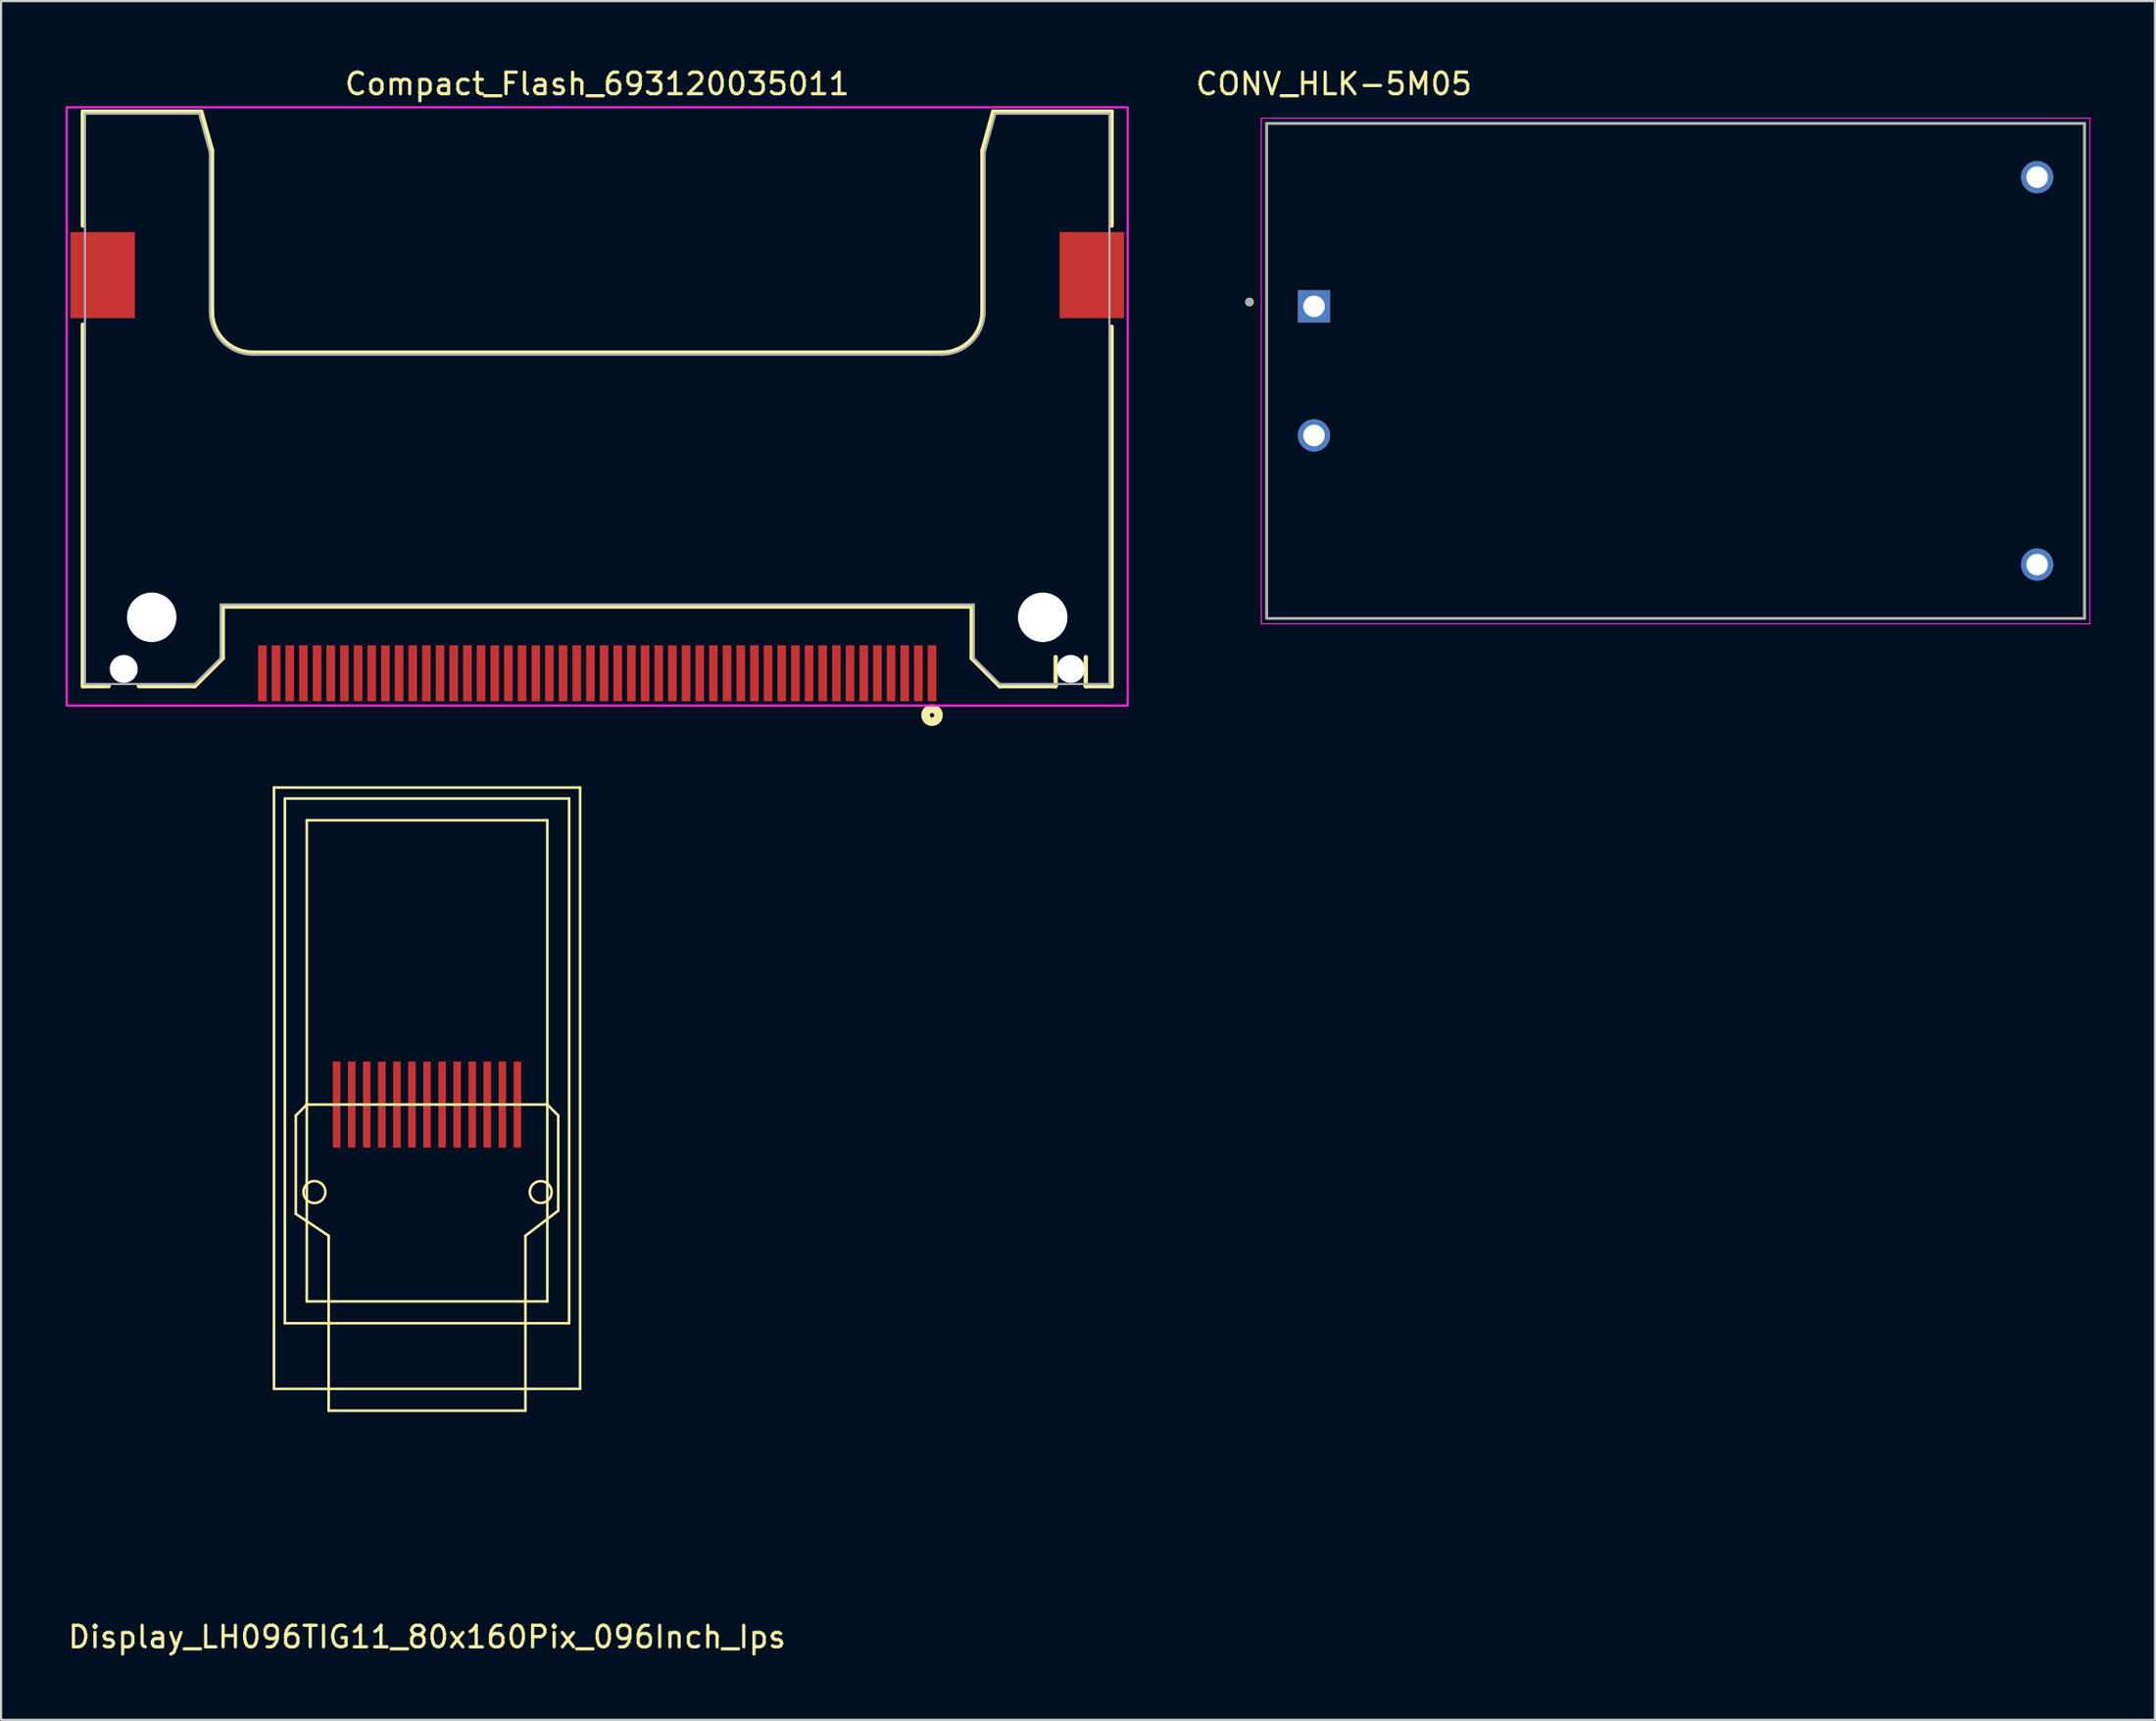
<source format=kicad_pcb>
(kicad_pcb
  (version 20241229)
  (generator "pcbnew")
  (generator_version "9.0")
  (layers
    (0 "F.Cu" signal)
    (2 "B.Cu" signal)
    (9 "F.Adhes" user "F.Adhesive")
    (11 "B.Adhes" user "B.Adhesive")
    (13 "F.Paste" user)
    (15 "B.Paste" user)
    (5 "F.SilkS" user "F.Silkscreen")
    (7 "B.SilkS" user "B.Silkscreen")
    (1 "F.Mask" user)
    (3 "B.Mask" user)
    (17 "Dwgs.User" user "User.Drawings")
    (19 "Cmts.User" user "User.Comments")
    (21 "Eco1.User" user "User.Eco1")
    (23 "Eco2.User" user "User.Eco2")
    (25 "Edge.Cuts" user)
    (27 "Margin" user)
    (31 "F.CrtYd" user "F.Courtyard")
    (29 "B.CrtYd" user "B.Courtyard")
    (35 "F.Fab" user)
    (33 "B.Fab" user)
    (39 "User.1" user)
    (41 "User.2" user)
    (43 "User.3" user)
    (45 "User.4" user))
  (footprint "Compact_Flash_693120035011"
    (layer "F.Cu")
    (at 24.7 15.483)
    (property "Reference" "Compact_Flash_693120035011" (at 0 -14.635 0) (layer "F.SilkS") (effects (font (size 1 1) (thickness 0.15))))
    (attr smd)
    (fp_line (start -23.9 -13.35) (end -18.4 -13.35) (stroke (width 0.2) (type solid)) (layer "F.SilkS"))
    (fp_line (start -23.9 -8.05) (end -23.9 -13.35) (stroke (width 0.2) (type solid)) (layer "F.SilkS"))
    (fp_line (start -23.9 -3.45) (end -23.9 13.35) (stroke (width 0.2) (type solid)) (layer "F.SilkS"))
    (fp_line (start -23.9 13.35) (end -22.7 13.35) (stroke (width 0.2) (type solid)) (layer "F.SilkS"))
    (fp_line (start -21.3 13.35) (end -18.7 13.35) (stroke (width 0.2) (type solid)) (layer "F.SilkS"))
    (fp_line (start -18.4 -13.35) (end -17.9 -11.55) (stroke (width 0.2) (type solid)) (layer "F.SilkS"))
    (fp_line (start -17.9 -11.55) (end -17.9 -4.05) (stroke (width 0.2) (type solid)) (layer "F.SilkS"))
    (fp_line (start -17.4 9.65) (end -17.4 12.05) (stroke (width 0.2) (type solid)) (layer "F.SilkS"))
    (fp_line (start -17.4 9.65) (end 17.4 9.65) (stroke (width 0.2) (type solid)) (layer "F.SilkS"))
    (fp_line (start -17.4 12.05) (end -18.7 13.35) (stroke (width 0.2) (type solid)) (layer "F.SilkS"))
    (fp_line (start -16 -2.15) (end 16 -2.15) (stroke (width 0.2) (type solid)) (layer "F.SilkS"))
    (fp_line (start 17.4 9.65) (end 17.4 12.05) (stroke (width 0.2) (type solid)) (layer "F.SilkS"))
    (fp_line (start 17.4 12.05) (end 18.7 13.35) (stroke (width 0.2) (type solid)) (layer "F.SilkS"))
    (fp_line (start 17.9 -4.05) (end 17.9 -11.55) (stroke (width 0.2) (type solid)) (layer "F.SilkS"))
    (fp_line (start 18.4 -13.35) (end 17.9 -11.55) (stroke (width 0.2) (type solid)) (layer "F.SilkS"))
    (fp_line (start 18.4 -13.35) (end 23.9 -13.35) (stroke (width 0.2) (type solid)) (layer "F.SilkS"))
    (fp_line (start 18.7 13.35) (end 21.3 13.35) (stroke (width 0.2) (type solid)) (layer "F.SilkS"))
    (fp_line (start 21.3 12) (end 21.3 13.35) (stroke (width 0.2) (type solid)) (layer "F.SilkS"))
    (fp_line (start 22.7 12) (end 22.7 13.35) (stroke (width 0.2) (type solid)) (layer "F.SilkS"))
    (fp_line (start 22.7 13.35) (end 23.9 13.35) (stroke (width 0.2) (type solid)) (layer "F.SilkS"))
    (fp_line (start 23.9 -13.35) (end 23.9 -8.05) (stroke (width 0.2) (type solid)) (layer "F.SilkS"))
    (fp_line (start 23.9 13.35) (end 23.9 -3.35) (stroke (width 0.2) (type solid)) (layer "F.SilkS"))
    (fp_arc (start -16 -2.15) (mid -17.343503 -2.706497) (end -17.9 -4.05) (stroke (width 0.2) (type solid)) (layer "F.SilkS"))
    (fp_arc (start 17.9 -4.05) (mid 17.343503 -2.706497) (end 16 -2.15) (stroke (width 0.2) (type solid)) (layer "F.SilkS"))
    (fp_circle (center 15.557 14.7) (end 15.658 14.7) (stroke (width 0.4) (type solid)) (fill no) (layer "F.SilkS"))
    (fp_poly (pts (xy -24.65 -13.55) (xy 24.65 -13.55) (xy 24.65 14.25) (xy -24.65 14.25)) (stroke (width 0.1) (type solid)) (fill no) (layer "F.CrtYd"))
    (fp_line (start -23.8 -13.25) (end -18.5 -13.25) (stroke (width 0.1) (type solid)) (layer "F.Fab"))
    (fp_line (start -23.8 13.25) (end -23.8 -13.25) (stroke (width 0.1) (type solid)) (layer "F.Fab"))
    (fp_line (start -18.7 13.25) (end -23.8 13.25) (stroke (width 0.1) (type solid)) (layer "F.Fab"))
    (fp_line (start -18.5 -13.25) (end -18 -11.45) (stroke (width 0.1) (type solid)) (layer "F.Fab"))
    (fp_line (start -18 -11.45) (end -18 -4.05) (stroke (width 0.1) (type solid)) (layer "F.Fab"))
    (fp_line (start -17.5 9.55) (end -17.5 12.05) (stroke (width 0.1) (type solid)) (layer "F.Fab"))
    (fp_line (start -17.5 9.55) (end 17.5 9.55) (stroke (width 0.1) (type solid)) (layer "F.Fab"))
    (fp_line (start -17.5 12.05) (end -18.7 13.25) (stroke (width 0.1) (type solid)) (layer "F.Fab"))
    (fp_line (start -16 -2.05) (end 16 -2.05) (stroke (width 0.1) (type solid)) (layer "F.Fab"))
    (fp_line (start 17.5 9.55) (end 17.5 12.05) (stroke (width 0.1) (type solid)) (layer "F.Fab"))
    (fp_line (start 17.5 12.05) (end 18.7 13.25) (stroke (width 0.1) (type solid)) (layer "F.Fab"))
    (fp_line (start 18 -4.05) (end 18 -11.45) (stroke (width 0.1) (type solid)) (layer "F.Fab"))
    (fp_line (start 18.5 -13.25) (end 18 -11.45) (stroke (width 0.1) (type solid)) (layer "F.Fab"))
    (fp_line (start 18.5 -13.25) (end 23.8 -13.25) (stroke (width 0.1) (type solid)) (layer "F.Fab"))
    (fp_line (start 23.8 -13.25) (end 23.8 13.25) (stroke (width 0.1) (type solid)) (layer "F.Fab"))
    (fp_line (start 23.8 13.25) (end 18.7 13.25) (stroke (width 0.1) (type solid)) (layer "F.Fab"))
    (fp_arc (start -16 -2.05) (mid -17.414214 -2.635786) (end -18 -4.05) (stroke (width 0.1) (type solid)) (layer "F.Fab"))
    (fp_arc (start 18 -4.05) (mid 17.414214 -2.635786) (end 16 -2.05) (stroke (width 0.1) (type solid)) (layer "F.Fab"))
    (pad "" np_thru_hole circle (at -22 12.55) (size 1.3 1.3) (drill 1.3) (layers "*.Cu" "*.Mask"))
    (pad "" np_thru_hole circle (at -20.7 10.15) (size 2.3 2.3) (drill 2.3) (layers "*.Cu" "*.Mask"))
    (pad "" np_thru_hole circle (at 20.7 10.15) (size 2.3 2.3) (drill 2.3) (layers "*.Cu" "*.Mask"))
    (pad "" np_thru_hole circle (at 22 12.55) (size 1.3 1.3) (drill 1.3) (layers "*.Cu" "*.Mask"))
    (pad "1" smd rect (at 15.557 12.75) (size 0.4 2.6) (layers "F.Cu" "F.Mask" "F.Paste"))
    (pad "2" smd rect (at 14.287 12.75) (size 0.4 2.6) (layers "F.Cu" "F.Mask" "F.Paste"))
    (pad "3" smd rect (at 13.018 12.75) (size 0.4 2.6) (layers "F.Cu" "F.Mask" "F.Paste"))
    (pad "4" smd rect (at 11.748 12.75) (size 0.4 2.6) (layers "F.Cu" "F.Mask" "F.Paste"))
    (pad "5" smd rect (at 10.477 12.75) (size 0.4 2.6) (layers "F.Cu" "F.Mask" "F.Paste"))
    (pad "6" smd rect (at 9.207 12.75) (size 0.4 2.6) (layers "F.Cu" "F.Mask" "F.Paste"))
    (pad "7" smd rect (at 7.938 12.75) (size 0.4 2.6) (layers "F.Cu" "F.Mask" "F.Paste"))
    (pad "8" smd rect (at 6.668 12.75) (size 0.4 2.6) (layers "F.Cu" "F.Mask" "F.Paste"))
    (pad "9" smd rect (at 5.397 12.75) (size 0.4 2.6) (layers "F.Cu" "F.Mask" "F.Paste"))
    (pad "10" smd rect (at 4.128 12.75) (size 0.4 2.6) (layers "F.Cu" "F.Mask" "F.Paste"))
    (pad "11" smd rect (at 2.857 12.75) (size 0.4 2.6) (layers "F.Cu" "F.Mask" "F.Paste"))
    (pad "12" smd rect (at 1.587 12.75) (size 0.4 2.6) (layers "F.Cu" "F.Mask" "F.Paste"))
    (pad "13" smd rect (at 0.318 12.75) (size 0.4 2.6) (layers "F.Cu" "F.Mask" "F.Paste"))
    (pad "14" smd rect (at -0.953 12.75) (size 0.4 2.6) (layers "F.Cu" "F.Mask" "F.Paste"))
    (pad "15" smd rect (at -2.223 12.75) (size 0.4 2.6) (layers "F.Cu" "F.Mask" "F.Paste"))
    (pad "16" smd rect (at -3.493 12.75) (size 0.4 2.6) (layers "F.Cu" "F.Mask" "F.Paste"))
    (pad "17" smd rect (at -4.763 12.75) (size 0.4 2.6) (layers "F.Cu" "F.Mask" "F.Paste"))
    (pad "18" smd rect (at -6.032 12.75) (size 0.4 2.6) (layers "F.Cu" "F.Mask" "F.Paste"))
    (pad "19" smd rect (at -7.303 12.75) (size 0.4 2.6) (layers "F.Cu" "F.Mask" "F.Paste"))
    (pad "20" smd rect (at -8.572 12.75) (size 0.4 2.6) (layers "F.Cu" "F.Mask" "F.Paste"))
    (pad "21" smd rect (at -9.842 12.75) (size 0.4 2.6) (layers "F.Cu" "F.Mask" "F.Paste"))
    (pad "22" smd rect (at -11.113 12.75) (size 0.4 2.6) (layers "F.Cu" "F.Mask" "F.Paste"))
    (pad "23" smd rect (at -12.383 12.75) (size 0.4 2.6) (layers "F.Cu" "F.Mask" "F.Paste"))
    (pad "24" smd rect (at -13.652 12.75) (size 0.4 2.6) (layers "F.Cu" "F.Mask" "F.Paste"))
    (pad "25" smd rect (at -14.922 12.75) (size 0.4 2.6) (layers "F.Cu" "F.Mask" "F.Paste"))
    (pad "26" smd rect (at 14.922 12.75) (size 0.4 2.6) (layers "F.Cu" "F.Mask" "F.Paste"))
    (pad "27" smd rect (at 13.652 12.75) (size 0.4 2.6) (layers "F.Cu" "F.Mask" "F.Paste"))
    (pad "28" smd rect (at 12.383 12.75) (size 0.4 2.6) (layers "F.Cu" "F.Mask" "F.Paste"))
    (pad "29" smd rect (at 11.113 12.75) (size 0.4 2.6) (layers "F.Cu" "F.Mask" "F.Paste"))
    (pad "30" smd rect (at 9.842 12.75) (size 0.4 2.6) (layers "F.Cu" "F.Mask" "F.Paste"))
    (pad "31" smd rect (at 8.572 12.75) (size 0.4 2.6) (layers "F.Cu" "F.Mask" "F.Paste"))
    (pad "32" smd rect (at 7.303 12.75) (size 0.4 2.6) (layers "F.Cu" "F.Mask" "F.Paste"))
    (pad "33" smd rect (at 6.032 12.75) (size 0.4 2.6) (layers "F.Cu" "F.Mask" "F.Paste"))
    (pad "34" smd rect (at 4.763 12.75) (size 0.4 2.6) (layers "F.Cu" "F.Mask" "F.Paste"))
    (pad "35" smd rect (at 3.493 12.75) (size 0.4 2.6) (layers "F.Cu" "F.Mask" "F.Paste"))
    (pad "36" smd rect (at 2.223 12.75) (size 0.4 2.6) (layers "F.Cu" "F.Mask" "F.Paste"))
    (pad "37" smd rect (at 0.953 12.75) (size 0.4 2.6) (layers "F.Cu" "F.Mask" "F.Paste"))
    (pad "38" smd rect (at -0.318 12.75) (size 0.4 2.6) (layers "F.Cu" "F.Mask" "F.Paste"))
    (pad "39" smd rect (at -1.587 12.75) (size 0.4 2.6) (layers "F.Cu" "F.Mask" "F.Paste"))
    (pad "40" smd rect (at -2.857 12.75) (size 0.4 2.6) (layers "F.Cu" "F.Mask" "F.Paste"))
    (pad "41" smd rect (at -4.128 12.75) (size 0.4 2.6) (layers "F.Cu" "F.Mask" "F.Paste"))
    (pad "42" smd rect (at -5.397 12.75) (size 0.4 2.6) (layers "F.Cu" "F.Mask" "F.Paste"))
    (pad "43" smd rect (at -6.668 12.75) (size 0.4 2.6) (layers "F.Cu" "F.Mask" "F.Paste"))
    (pad "44" smd rect (at -7.938 12.75) (size 0.4 2.6) (layers "F.Cu" "F.Mask" "F.Paste"))
    (pad "45" smd rect (at -9.207 12.75) (size 0.4 2.6) (layers "F.Cu" "F.Mask" "F.Paste"))
    (pad "46" smd rect (at -10.477 12.75) (size 0.4 2.6) (layers "F.Cu" "F.Mask" "F.Paste"))
    (pad "47" smd rect (at -11.748 12.75) (size 0.4 2.6) (layers "F.Cu" "F.Mask" "F.Paste"))
    (pad "48" smd rect (at -13.018 12.75) (size 0.4 2.6) (layers "F.Cu" "F.Mask" "F.Paste"))
    (pad "49" smd rect (at -14.287 12.75) (size 0.4 2.6) (layers "F.Cu" "F.Mask" "F.Paste"))
    (pad "50" smd rect (at -15.557 12.75) (size 0.4 2.6) (layers "F.Cu" "F.Mask" "F.Paste"))
    (pad "S1" smd rect (at 22.98 -5.75) (size 3 4) (layers "F.Cu" "F.Mask" "F.Paste"))
    (pad "S2" smd rect (at -22.98 -5.75) (size 3 4) (layers "F.Cu" "F.Mask" "F.Paste")))
  (footprint "Display_LH096TIG11_80x160Pix_096Inch_Ips"
    (layer "F.Cu")
    (at 16.792 48.275)
    (property "Reference" "Display_LH096TIG11_80x160Pix_096Inch_Ips" (at 0 24.74 180) (layer "F.SilkS") (effects (font (size 1 1) (thickness 0.15))))
    (attr through_hole)
    (fp_line (start -7.112 -14.732) (end -7.112 13.208) (stroke (width 0.12) (type solid)) (layer "F.SilkS"))
    (fp_line (start -7.112 13.208) (end 7.112 13.208) (stroke (width 0.12) (type solid)) (layer "F.SilkS"))
    (fp_line (start -6.604 -14.224) (end 6.604 -14.224) (stroke (width 0.12) (type solid)) (layer "F.SilkS"))
    (fp_line (start -6.604 10.16) (end -6.604 -14.224) (stroke (width 0.12) (type solid)) (layer "F.SilkS"))
    (fp_line (start -6.604 10.16) (end 6.604 10.16) (stroke (width 0.12) (type solid)) (layer "F.SilkS"))
    (fp_line (start -6.096 0.508) (end -5.588 0) (stroke (width 0.12) (type solid)) (layer "F.SilkS"))
    (fp_line (start -6.096 5.08) (end -6.096 0.508) (stroke (width 0.12) (type solid)) (layer "F.SilkS"))
    (fp_line (start -6.096 5.08) (end -4.572 6.096) (stroke (width 0.12) (type solid)) (layer "F.SilkS"))
    (fp_line (start -5.588 -13.208) (end -5.588 9.144) (stroke (width 0.12) (type solid)) (layer "F.SilkS"))
    (fp_line (start -5.588 0) (end 5.588 0) (stroke (width 0.12) (type solid)) (layer "F.SilkS"))
    (fp_line (start -5.588 9.144) (end 5.588 9.144) (stroke (width 0.12) (type solid)) (layer "F.SilkS"))
    (fp_line (start -4.572 6.096) (end -4.572 14.224) (stroke (width 0.12) (type solid)) (layer "F.SilkS"))
    (fp_line (start -4.572 14.224) (end 4.572 14.224) (stroke (width 0.12) (type solid)) (layer "F.SilkS"))
    (fp_line (start 4.572 6.096) (end 6.096 4.928) (stroke (width 0.12) (type solid)) (layer "F.SilkS"))
    (fp_line (start 4.572 14.224) (end 4.572 6.096) (stroke (width 0.12) (type solid)) (layer "F.SilkS"))
    (fp_line (start 5.588 -13.208) (end -5.588 -13.208) (stroke (width 0.12) (type solid)) (layer "F.SilkS"))
    (fp_line (start 5.588 0) (end 6.096 0.508) (stroke (width 0.12) (type solid)) (layer "F.SilkS"))
    (fp_line (start 5.588 9.144) (end 5.588 -13.208) (stroke (width 0.12) (type solid)) (layer "F.SilkS"))
    (fp_line (start 6.096 4.928) (end 6.096 0.508) (stroke (width 0.12) (type solid)) (layer "F.SilkS"))
    (fp_line (start 6.604 -14.224) (end 6.604 10.16) (stroke (width 0.12) (type solid)) (layer "F.SilkS"))
    (fp_line (start 7.112 -14.732) (end -7.112 -14.732) (stroke (width 0.12) (type solid)) (layer "F.SilkS"))
    (fp_line (start 7.112 13.208) (end 7.112 -14.732) (stroke (width 0.12) (type solid)) (layer "F.SilkS"))
    (fp_circle (center -5.232 4.064) (end -5.283 3.556) (stroke (width 0.12) (type solid)) (fill no) (layer "F.SilkS"))
    (fp_circle (center 5.283 4.064) (end 4.978 3.658) (stroke (width 0.12) (type solid)) (fill no) (layer "F.SilkS"))
    (pad "1" smd rect (at 4.2 0 270) (size 4 0.35) (layers "F.Cu" "F.Mask" "F.Paste"))
    (pad "2" smd rect (at 3.5 0 270) (size 4 0.35) (layers "F.Cu" "F.Mask" "F.Paste"))
    (pad "3" smd rect (at 2.8 0 270) (size 4 0.35) (layers "F.Cu" "F.Mask" "F.Paste"))
    (pad "4" smd rect (at 2.1 0 270) (size 4 0.35) (layers "F.Cu" "F.Mask" "F.Paste"))
    (pad "5" smd rect (at 1.4 0 270) (size 4 0.35) (layers "F.Cu" "F.Mask" "F.Paste"))
    (pad "6" smd rect (at 0.7 0 270) (size 4 0.35) (layers "F.Cu" "F.Mask" "F.Paste"))
    (pad "7" smd rect (at 0 0 270) (size 4 0.35) (layers "F.Cu" "F.Mask" "F.Paste"))
    (pad "8" smd rect (at -0.7 0 270) (size 4 0.35) (layers "F.Cu" "F.Mask" "F.Paste"))
    (pad "9" smd rect (at -1.4 0 270) (size 4 0.35) (layers "F.Cu" "F.Mask" "F.Paste"))
    (pad "10" smd rect (at -2.1 0 270) (size 4 0.35) (layers "F.Cu" "F.Mask" "F.Paste"))
    (pad "11" smd rect (at -2.8 0 270) (size 4 0.35) (layers "F.Cu" "F.Mask" "F.Paste"))
    (pad "12" smd rect (at -3.5 0 270) (size 4 0.35) (layers "F.Cu" "F.Mask" "F.Paste"))
    (pad "13" smd rect (at -4.2 0 270) (size 4 0.35) (layers "F.Cu" "F.Mask" "F.Paste")))
  (footprint "CONV_HLK-5M05"
    (layer "F.Cu")
    (at 74.805 14.183)
    (property "Reference" "CONV_HLK-5M05" (at -15.875 -13.335 0) (layer "F.SilkS") (effects (font (size 1 1) (thickness 0.15))))
    (attr through_hole)
    (fp_line (start -19 -11.5) (end -19 11.5) (stroke (width 0.127) (type solid)) (layer "F.SilkS"))
    (fp_line (start -19 11.5) (end 19 11.5) (stroke (width 0.127) (type solid)) (layer "F.SilkS"))
    (fp_line (start 19 -11.5) (end -19 -11.5) (stroke (width 0.127) (type solid)) (layer "F.SilkS"))
    (fp_line (start 19 11.5) (end 19 -11.5) (stroke (width 0.127) (type solid)) (layer "F.SilkS"))
    (fp_circle (center -19.8 -3.2) (end -19.7 -3.2) (stroke (width 0.2) (type solid)) (fill no) (layer "F.SilkS"))
    (fp_line (start -19.25 -11.75) (end 19.25 -11.75) (stroke (width 0.05) (type solid)) (layer "F.CrtYd"))
    (fp_line (start -19.25 11.75) (end -19.25 -11.75) (stroke (width 0.05) (type solid)) (layer "F.CrtYd"))
    (fp_line (start 19.25 -11.75) (end 19.25 11.75) (stroke (width 0.05) (type solid)) (layer "F.CrtYd"))
    (fp_line (start 19.25 11.75) (end -19.25 11.75) (stroke (width 0.05) (type solid)) (layer "F.CrtYd"))
    (fp_line (start -19 -11.5) (end -19 11.5) (stroke (width 0.127) (type solid)) (layer "F.Fab"))
    (fp_line (start -19 11.5) (end 19 11.5) (stroke (width 0.127) (type solid)) (layer "F.Fab"))
    (fp_line (start 19 -11.5) (end -19 -11.5) (stroke (width 0.127) (type solid)) (layer "F.Fab"))
    (fp_line (start 19 11.5) (end 19 -11.5) (stroke (width 0.127) (type solid)) (layer "F.Fab"))
    (fp_circle (center -19.8 -3.2) (end -19.7 -3.2) (stroke (width 0.2) (type solid)) (fill no) (layer "F.Fab"))
    (pad "1" thru_hole rect (at -16.8 -3) (size 1.5 1.5) (drill 1) (layers "*.Cu" "*.Mask"))
    (pad "2" thru_hole circle (at -16.8 3) (size 1.5 1.5) (drill 1) (layers "*.Cu" "*.Mask"))
    (pad "3" thru_hole circle (at 16.8 -9) (size 1.5 1.5) (drill 1) (layers "*.Cu" "*.Mask"))
    (pad "4" thru_hole circle (at 16.8 9) (size 1.5 1.5) (drill 1) (layers "*.Cu" "*.Mask")))
  (gr_rect
    (start -3 -3)
    (end 97.08 76.863)
    (stroke (width 0.1) (type default))
    (fill no)
    (layer "Edge.Cuts")))
</source>
